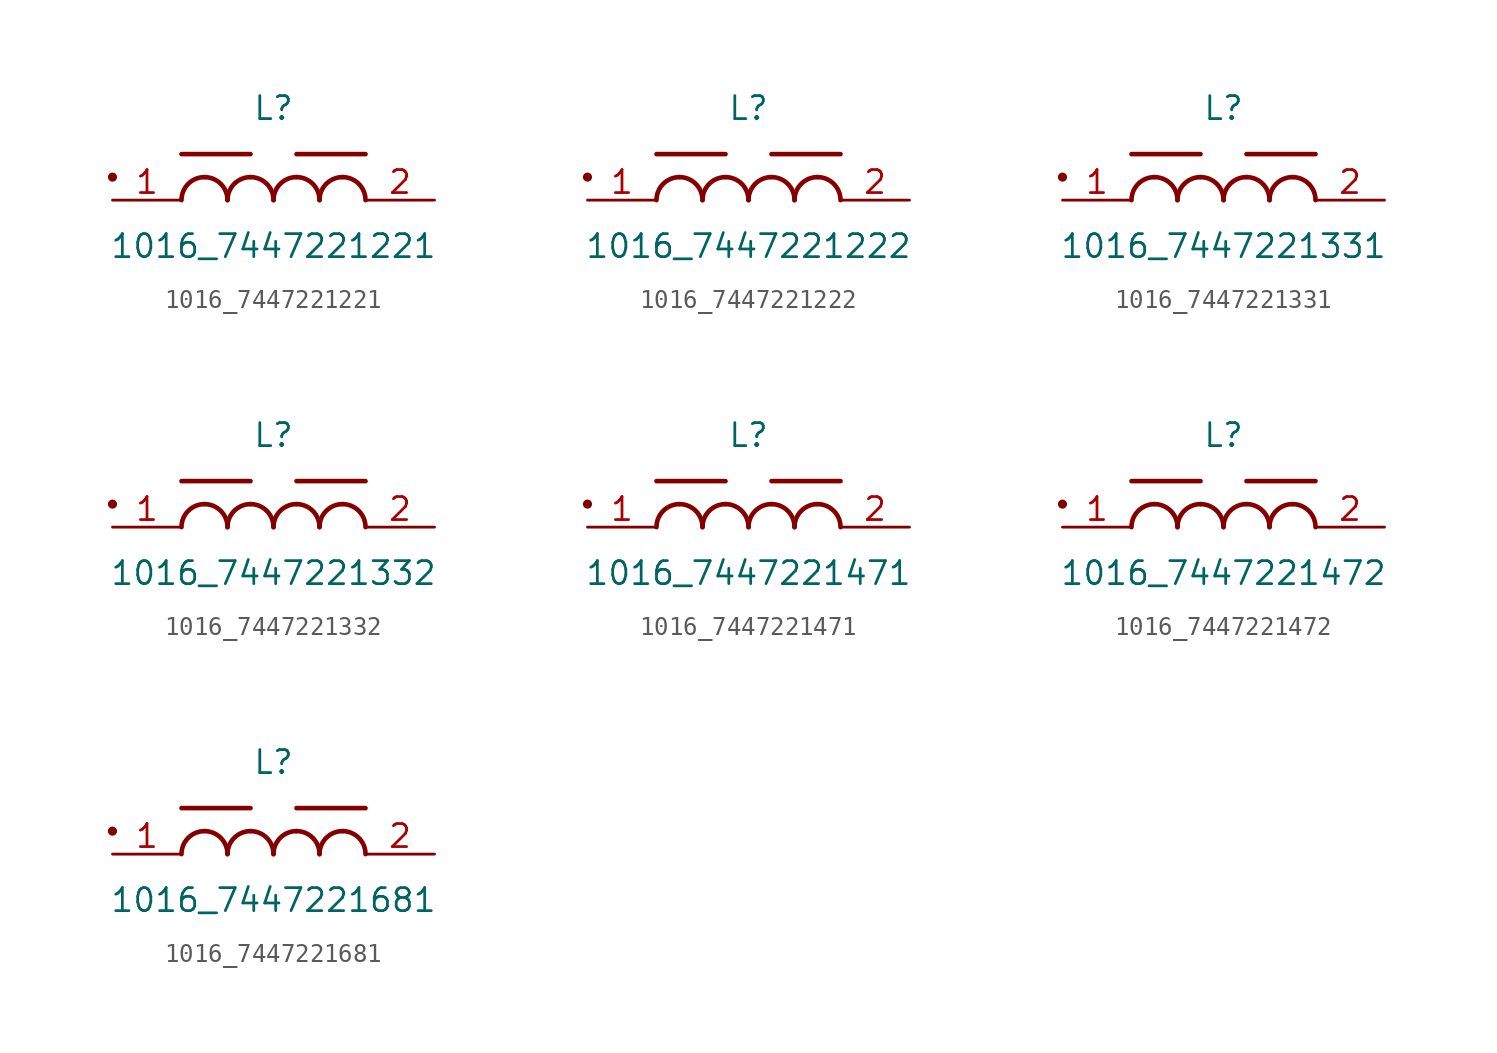
<source format=kicad_sym>
(kicad_symbol_lib
  (version 20211014)
  (generator kicad_symbol_editor)
  (symbol "Inductor_Wurth_WE-TI:1016_7447221221"
    (pin_names hide)
    (property "Reference" "L"
      (at 0 5.08 0)
      (effects (font (size 1.27 1.27))))
    (property "Value" "1016_7447221221"
      (at 0 -2.54 0)
      (effects (font (size 1.27 1.27))))
    (symbol "1016_7447221221_0_1"
      (circle (center -8.89 1.27) (radius 0.0001) (stroke (width 0.254)) (stroke (width 0.254) (type default) (color 0 0 0 0)) (fill (type none)))
      (arc (start -3.81 1.27) (mid -4.708 0.898) (end -5.08 0) (stroke (width 0.254) (type default) (color 0 0 0 0)) (fill (type none)))
      (arc (start -2.54 0) (mid -2.912 0.898) (end -3.81 1.27) (stroke (width 0.254) (type default) (color 0 0 0 0)) (fill (type none)))
      (arc (start -1.2699 1.2701) (mid -2.1679 0.8981) (end -2.5399 0.0001) (stroke (width 0.254) (type default) (color 0 0 0 0)) (fill (type none)))
      (polyline (pts (xy -5.08 2.54) (xy -1.27 2.54)) (stroke (width 0.254) (type default) (color 0 0 0 0)) (fill (type none)))
      (polyline (pts (xy 5.08 2.54) (xy 1.27 2.54)) (stroke (width 0.254) (type default) (color 0 0 0 0)) (fill (type none)))
      (arc (start 0.0001 0.0001) (mid -0.3719 0.8981) (end -1.2699 1.2701) (stroke (width 0.254) (type default) (color 0 0 0 0)) (fill (type none)))
      (arc (start 1.2701 1.2701) (mid 0.3721 0.8981) (end 0.0001 0.0001) (stroke (width 0.254) (type default) (color 0 0 0 0)) (fill (type none)))
      (arc (start 2.5401 0.0001) (mid 2.1681 0.8981) (end 1.2701 1.2701) (stroke (width 0.254) (type default) (color 0 0 0 0)) (fill (type none)))
      (arc (start 3.8101 1.2701) (mid 2.9121 0.8981) (end 2.5401 0.0001) (stroke (width 0.254) (type default) (color 0 0 0 0)) (fill (type none)))
      (arc (start 5.0801 0.0001) (mid 4.7081 0.8981) (end 3.8101 1.2701) (stroke (width 0.254) (type default) (color 0 0 0 0)) (fill (type none))))
    (symbol "1016_7447221221_1_1"
      (pin passive line (at -8.89 0 0) (length 3.81) (name "1" (effects (font (size 1.27 1.27)))) (number "1" (effects (font (size 1.27 1.27)))))
      (pin passive line (at 8.89 0 180) (length 3.81) (name "2" (effects (font (size 1.27 1.27)))) (number "2" (effects (font (size 1.27 1.27)))))))
  (symbol "Inductor_Wurth_WE-TI:1016_7447221222"
    (pin_names hide)
    (property "Reference" "L"
      (at 0 5.08 0)
      (effects (font (size 1.27 1.27))))
    (property "Value" "1016_7447221222"
      (at 0 -2.54 0)
      (effects (font (size 1.27 1.27))))
    (symbol "1016_7447221222_0_1"
      (circle (center -8.89 1.27) (radius 0.0001) (stroke (width 0.254)) (stroke (width 0.254) (type default) (color 0 0 0 0)) (fill (type none)))
      (arc (start -3.81 1.27) (mid -4.708 0.898) (end -5.08 0) (stroke (width 0.254) (type default) (color 0 0 0 0)) (fill (type none)))
      (arc (start -2.54 0) (mid -2.912 0.898) (end -3.81 1.27) (stroke (width 0.254) (type default) (color 0 0 0 0)) (fill (type none)))
      (arc (start -1.2699 1.2701) (mid -2.1679 0.8981) (end -2.5399 0.0001) (stroke (width 0.254) (type default) (color 0 0 0 0)) (fill (type none)))
      (polyline (pts (xy -5.08 2.54) (xy -1.27 2.54)) (stroke (width 0.254) (type default) (color 0 0 0 0)) (fill (type none)))
      (polyline (pts (xy 5.08 2.54) (xy 1.27 2.54)) (stroke (width 0.254) (type default) (color 0 0 0 0)) (fill (type none)))
      (arc (start 0.0001 0.0001) (mid -0.3719 0.8981) (end -1.2699 1.2701) (stroke (width 0.254) (type default) (color 0 0 0 0)) (fill (type none)))
      (arc (start 1.2701 1.2701) (mid 0.3721 0.8981) (end 0.0001 0.0001) (stroke (width 0.254) (type default) (color 0 0 0 0)) (fill (type none)))
      (arc (start 2.5401 0.0001) (mid 2.1681 0.8981) (end 1.2701 1.2701) (stroke (width 0.254) (type default) (color 0 0 0 0)) (fill (type none)))
      (arc (start 3.8101 1.2701) (mid 2.9121 0.8981) (end 2.5401 0.0001) (stroke (width 0.254) (type default) (color 0 0 0 0)) (fill (type none)))
      (arc (start 5.0801 0.0001) (mid 4.7081 0.8981) (end 3.8101 1.2701) (stroke (width 0.254) (type default) (color 0 0 0 0)) (fill (type none))))
    (symbol "1016_7447221222_1_1"
      (pin passive line (at -8.89 0 0) (length 3.81) (name "1" (effects (font (size 1.27 1.27)))) (number "1" (effects (font (size 1.27 1.27)))))
      (pin passive line (at 8.89 0 180) (length 3.81) (name "2" (effects (font (size 1.27 1.27)))) (number "2" (effects (font (size 1.27 1.27)))))))
  (symbol "Inductor_Wurth_WE-TI:1016_7447221331"
    (pin_names hide)
    (property "Reference" "L"
      (at 0 5.08 0)
      (effects (font (size 1.27 1.27))))
    (property "Value" "1016_7447221331"
      (at 0 -2.54 0)
      (effects (font (size 1.27 1.27))))
    (symbol "1016_7447221331_0_1"
      (circle (center -8.89 1.27) (radius 0.0001) (stroke (width 0.254)) (stroke (width 0.254) (type default) (color 0 0 0 0)) (fill (type none)))
      (arc (start -3.81 1.27) (mid -4.708 0.898) (end -5.08 0) (stroke (width 0.254) (type default) (color 0 0 0 0)) (fill (type none)))
      (arc (start -2.54 0) (mid -2.912 0.898) (end -3.81 1.27) (stroke (width 0.254) (type default) (color 0 0 0 0)) (fill (type none)))
      (arc (start -1.2699 1.2701) (mid -2.1679 0.8981) (end -2.5399 0.0001) (stroke (width 0.254) (type default) (color 0 0 0 0)) (fill (type none)))
      (polyline (pts (xy -5.08 2.54) (xy -1.27 2.54)) (stroke (width 0.254) (type default) (color 0 0 0 0)) (fill (type none)))
      (polyline (pts (xy 5.08 2.54) (xy 1.27 2.54)) (stroke (width 0.254) (type default) (color 0 0 0 0)) (fill (type none)))
      (arc (start 0.0001 0.0001) (mid -0.3719 0.8981) (end -1.2699 1.2701) (stroke (width 0.254) (type default) (color 0 0 0 0)) (fill (type none)))
      (arc (start 1.2701 1.2701) (mid 0.3721 0.8981) (end 0.0001 0.0001) (stroke (width 0.254) (type default) (color 0 0 0 0)) (fill (type none)))
      (arc (start 2.5401 0.0001) (mid 2.1681 0.8981) (end 1.2701 1.2701) (stroke (width 0.254) (type default) (color 0 0 0 0)) (fill (type none)))
      (arc (start 3.8101 1.2701) (mid 2.9121 0.8981) (end 2.5401 0.0001) (stroke (width 0.254) (type default) (color 0 0 0 0)) (fill (type none)))
      (arc (start 5.0801 0.0001) (mid 4.7081 0.8981) (end 3.8101 1.2701) (stroke (width 0.254) (type default) (color 0 0 0 0)) (fill (type none))))
    (symbol "1016_7447221331_1_1"
      (pin passive line (at -8.89 0 0) (length 3.81) (name "1" (effects (font (size 1.27 1.27)))) (number "1" (effects (font (size 1.27 1.27)))))
      (pin passive line (at 8.89 0 180) (length 3.81) (name "2" (effects (font (size 1.27 1.27)))) (number "2" (effects (font (size 1.27 1.27)))))))
  (symbol "Inductor_Wurth_WE-TI:1016_7447221332"
    (pin_names hide)
    (property "Reference" "L"
      (at 0 5.08 0)
      (effects (font (size 1.27 1.27))))
    (property "Value" "1016_7447221332"
      (at 0 -2.54 0)
      (effects (font (size 1.27 1.27))))
    (symbol "1016_7447221332_0_1"
      (circle (center -8.89 1.27) (radius 0.0001) (stroke (width 0.254)) (stroke (width 0.254) (type default) (color 0 0 0 0)) (fill (type none)))
      (arc (start -3.81 1.27) (mid -4.708 0.898) (end -5.08 0) (stroke (width 0.254) (type default) (color 0 0 0 0)) (fill (type none)))
      (arc (start -2.54 0) (mid -2.912 0.898) (end -3.81 1.27) (stroke (width 0.254) (type default) (color 0 0 0 0)) (fill (type none)))
      (arc (start -1.2699 1.2701) (mid -2.1679 0.8981) (end -2.5399 0.0001) (stroke (width 0.254) (type default) (color 0 0 0 0)) (fill (type none)))
      (polyline (pts (xy -5.08 2.54) (xy -1.27 2.54)) (stroke (width 0.254) (type default) (color 0 0 0 0)) (fill (type none)))
      (polyline (pts (xy 5.08 2.54) (xy 1.27 2.54)) (stroke (width 0.254) (type default) (color 0 0 0 0)) (fill (type none)))
      (arc (start 0.0001 0.0001) (mid -0.3719 0.8981) (end -1.2699 1.2701) (stroke (width 0.254) (type default) (color 0 0 0 0)) (fill (type none)))
      (arc (start 1.2701 1.2701) (mid 0.3721 0.8981) (end 0.0001 0.0001) (stroke (width 0.254) (type default) (color 0 0 0 0)) (fill (type none)))
      (arc (start 2.5401 0.0001) (mid 2.1681 0.8981) (end 1.2701 1.2701) (stroke (width 0.254) (type default) (color 0 0 0 0)) (fill (type none)))
      (arc (start 3.8101 1.2701) (mid 2.9121 0.8981) (end 2.5401 0.0001) (stroke (width 0.254) (type default) (color 0 0 0 0)) (fill (type none)))
      (arc (start 5.0801 0.0001) (mid 4.7081 0.8981) (end 3.8101 1.2701) (stroke (width 0.254) (type default) (color 0 0 0 0)) (fill (type none))))
    (symbol "1016_7447221332_1_1"
      (pin passive line (at -8.89 0 0) (length 3.81) (name "1" (effects (font (size 1.27 1.27)))) (number "1" (effects (font (size 1.27 1.27)))))
      (pin passive line (at 8.89 0 180) (length 3.81) (name "2" (effects (font (size 1.27 1.27)))) (number "2" (effects (font (size 1.27 1.27)))))))
  (symbol "Inductor_Wurth_WE-TI:1016_7447221471"
    (pin_names hide)
    (property "Reference" "L"
      (at 0 5.08 0)
      (effects (font (size 1.27 1.27))))
    (property "Value" "1016_7447221471"
      (at 0 -2.54 0)
      (effects (font (size 1.27 1.27))))
    (symbol "1016_7447221471_0_1"
      (circle (center -8.89 1.27) (radius 0.0001) (stroke (width 0.254)) (stroke (width 0.254) (type default) (color 0 0 0 0)) (fill (type none)))
      (arc (start -3.81 1.27) (mid -4.708 0.898) (end -5.08 0) (stroke (width 0.254) (type default) (color 0 0 0 0)) (fill (type none)))
      (arc (start -2.54 0) (mid -2.912 0.898) (end -3.81 1.27) (stroke (width 0.254) (type default) (color 0 0 0 0)) (fill (type none)))
      (arc (start -1.2699 1.2701) (mid -2.1679 0.8981) (end -2.5399 0.0001) (stroke (width 0.254) (type default) (color 0 0 0 0)) (fill (type none)))
      (polyline (pts (xy -5.08 2.54) (xy -1.27 2.54)) (stroke (width 0.254) (type default) (color 0 0 0 0)) (fill (type none)))
      (polyline (pts (xy 5.08 2.54) (xy 1.27 2.54)) (stroke (width 0.254) (type default) (color 0 0 0 0)) (fill (type none)))
      (arc (start 0.0001 0.0001) (mid -0.3719 0.8981) (end -1.2699 1.2701) (stroke (width 0.254) (type default) (color 0 0 0 0)) (fill (type none)))
      (arc (start 1.2701 1.2701) (mid 0.3721 0.8981) (end 0.0001 0.0001) (stroke (width 0.254) (type default) (color 0 0 0 0)) (fill (type none)))
      (arc (start 2.5401 0.0001) (mid 2.1681 0.8981) (end 1.2701 1.2701) (stroke (width 0.254) (type default) (color 0 0 0 0)) (fill (type none)))
      (arc (start 3.8101 1.2701) (mid 2.9121 0.8981) (end 2.5401 0.0001) (stroke (width 0.254) (type default) (color 0 0 0 0)) (fill (type none)))
      (arc (start 5.0801 0.0001) (mid 4.7081 0.8981) (end 3.8101 1.2701) (stroke (width 0.254) (type default) (color 0 0 0 0)) (fill (type none))))
    (symbol "1016_7447221471_1_1"
      (pin passive line (at -8.89 0 0) (length 3.81) (name "1" (effects (font (size 1.27 1.27)))) (number "1" (effects (font (size 1.27 1.27)))))
      (pin passive line (at 8.89 0 180) (length 3.81) (name "2" (effects (font (size 1.27 1.27)))) (number "2" (effects (font (size 1.27 1.27)))))))
  (symbol "Inductor_Wurth_WE-TI:1016_7447221472"
    (pin_names hide)
    (property "Reference" "L"
      (at 0 5.08 0)
      (effects (font (size 1.27 1.27))))
    (property "Value" "1016_7447221472"
      (at 0 -2.54 0)
      (effects (font (size 1.27 1.27))))
    (symbol "1016_7447221472_0_1"
      (circle (center -8.89 1.27) (radius 0.0001) (stroke (width 0.254)) (stroke (width 0.254) (type default) (color 0 0 0 0)) (fill (type none)))
      (arc (start -3.81 1.27) (mid -4.708 0.898) (end -5.08 0) (stroke (width 0.254) (type default) (color 0 0 0 0)) (fill (type none)))
      (arc (start -2.54 0) (mid -2.912 0.898) (end -3.81 1.27) (stroke (width 0.254) (type default) (color 0 0 0 0)) (fill (type none)))
      (arc (start -1.2699 1.2701) (mid -2.1679 0.8981) (end -2.5399 0.0001) (stroke (width 0.254) (type default) (color 0 0 0 0)) (fill (type none)))
      (polyline (pts (xy -5.08 2.54) (xy -1.27 2.54)) (stroke (width 0.254) (type default) (color 0 0 0 0)) (fill (type none)))
      (polyline (pts (xy 5.08 2.54) (xy 1.27 2.54)) (stroke (width 0.254) (type default) (color 0 0 0 0)) (fill (type none)))
      (arc (start 0.0001 0.0001) (mid -0.3719 0.8981) (end -1.2699 1.2701) (stroke (width 0.254) (type default) (color 0 0 0 0)) (fill (type none)))
      (arc (start 1.2701 1.2701) (mid 0.3721 0.8981) (end 0.0001 0.0001) (stroke (width 0.254) (type default) (color 0 0 0 0)) (fill (type none)))
      (arc (start 2.5401 0.0001) (mid 2.1681 0.8981) (end 1.2701 1.2701) (stroke (width 0.254) (type default) (color 0 0 0 0)) (fill (type none)))
      (arc (start 3.8101 1.2701) (mid 2.9121 0.8981) (end 2.5401 0.0001) (stroke (width 0.254) (type default) (color 0 0 0 0)) (fill (type none)))
      (arc (start 5.0801 0.0001) (mid 4.7081 0.8981) (end 3.8101 1.2701) (stroke (width 0.254) (type default) (color 0 0 0 0)) (fill (type none))))
    (symbol "1016_7447221472_1_1"
      (pin passive line (at -8.89 0 0) (length 3.81) (name "1" (effects (font (size 1.27 1.27)))) (number "1" (effects (font (size 1.27 1.27)))))
      (pin passive line (at 8.89 0 180) (length 3.81) (name "2" (effects (font (size 1.27 1.27)))) (number "2" (effects (font (size 1.27 1.27)))))))
  (symbol "Inductor_Wurth_WE-TI:1016_7447221681"
    (pin_names hide)
    (property "Reference" "L"
      (at 0 5.08 0)
      (effects (font (size 1.27 1.27))))
    (property "Value" "1016_7447221681"
      (at 0 -2.54 0)
      (effects (font (size 1.27 1.27))))
    (symbol "1016_7447221681_0_1"
      (circle (center -8.89 1.27) (radius 0.0001) (stroke (width 0.254)) (stroke (width 0.254) (type default) (color 0 0 0 0)) (fill (type none)))
      (arc (start -3.81 1.27) (mid -4.708 0.898) (end -5.08 0) (stroke (width 0.254) (type default) (color 0 0 0 0)) (fill (type none)))
      (arc (start -2.54 0) (mid -2.912 0.898) (end -3.81 1.27) (stroke (width 0.254) (type default) (color 0 0 0 0)) (fill (type none)))
      (arc (start -1.2699 1.2701) (mid -2.1679 0.8981) (end -2.5399 0.0001) (stroke (width 0.254) (type default) (color 0 0 0 0)) (fill (type none)))
      (polyline (pts (xy -5.08 2.54) (xy -1.27 2.54)) (stroke (width 0.254) (type default) (color 0 0 0 0)) (fill (type none)))
      (polyline (pts (xy 5.08 2.54) (xy 1.27 2.54)) (stroke (width 0.254) (type default) (color 0 0 0 0)) (fill (type none)))
      (arc (start 0.0001 0.0001) (mid -0.3719 0.8981) (end -1.2699 1.2701) (stroke (width 0.254) (type default) (color 0 0 0 0)) (fill (type none)))
      (arc (start 1.2701 1.2701) (mid 0.3721 0.8981) (end 0.0001 0.0001) (stroke (width 0.254) (type default) (color 0 0 0 0)) (fill (type none)))
      (arc (start 2.5401 0.0001) (mid 2.1681 0.8981) (end 1.2701 1.2701) (stroke (width 0.254) (type default) (color 0 0 0 0)) (fill (type none)))
      (arc (start 3.8101 1.2701) (mid 2.9121 0.8981) (end 2.5401 0.0001) (stroke (width 0.254) (type default) (color 0 0 0 0)) (fill (type none)))
      (arc (start 5.0801 0.0001) (mid 4.7081 0.8981) (end 3.8101 1.2701) (stroke (width 0.254) (type default) (color 0 0 0 0)) (fill (type none))))
    (symbol "1016_7447221681_1_1"
      (pin passive line (at -8.89 0 0) (length 3.81) (name "1" (effects (font (size 1.27 1.27)))) (number "1" (effects (font (size 1.27 1.27)))))
      (pin passive line (at 8.89 0 180) (length 3.81) (name "2" (effects (font (size 1.27 1.27)))) (number "2" (effects (font (size 1.27 1.27))))))))
</source>
